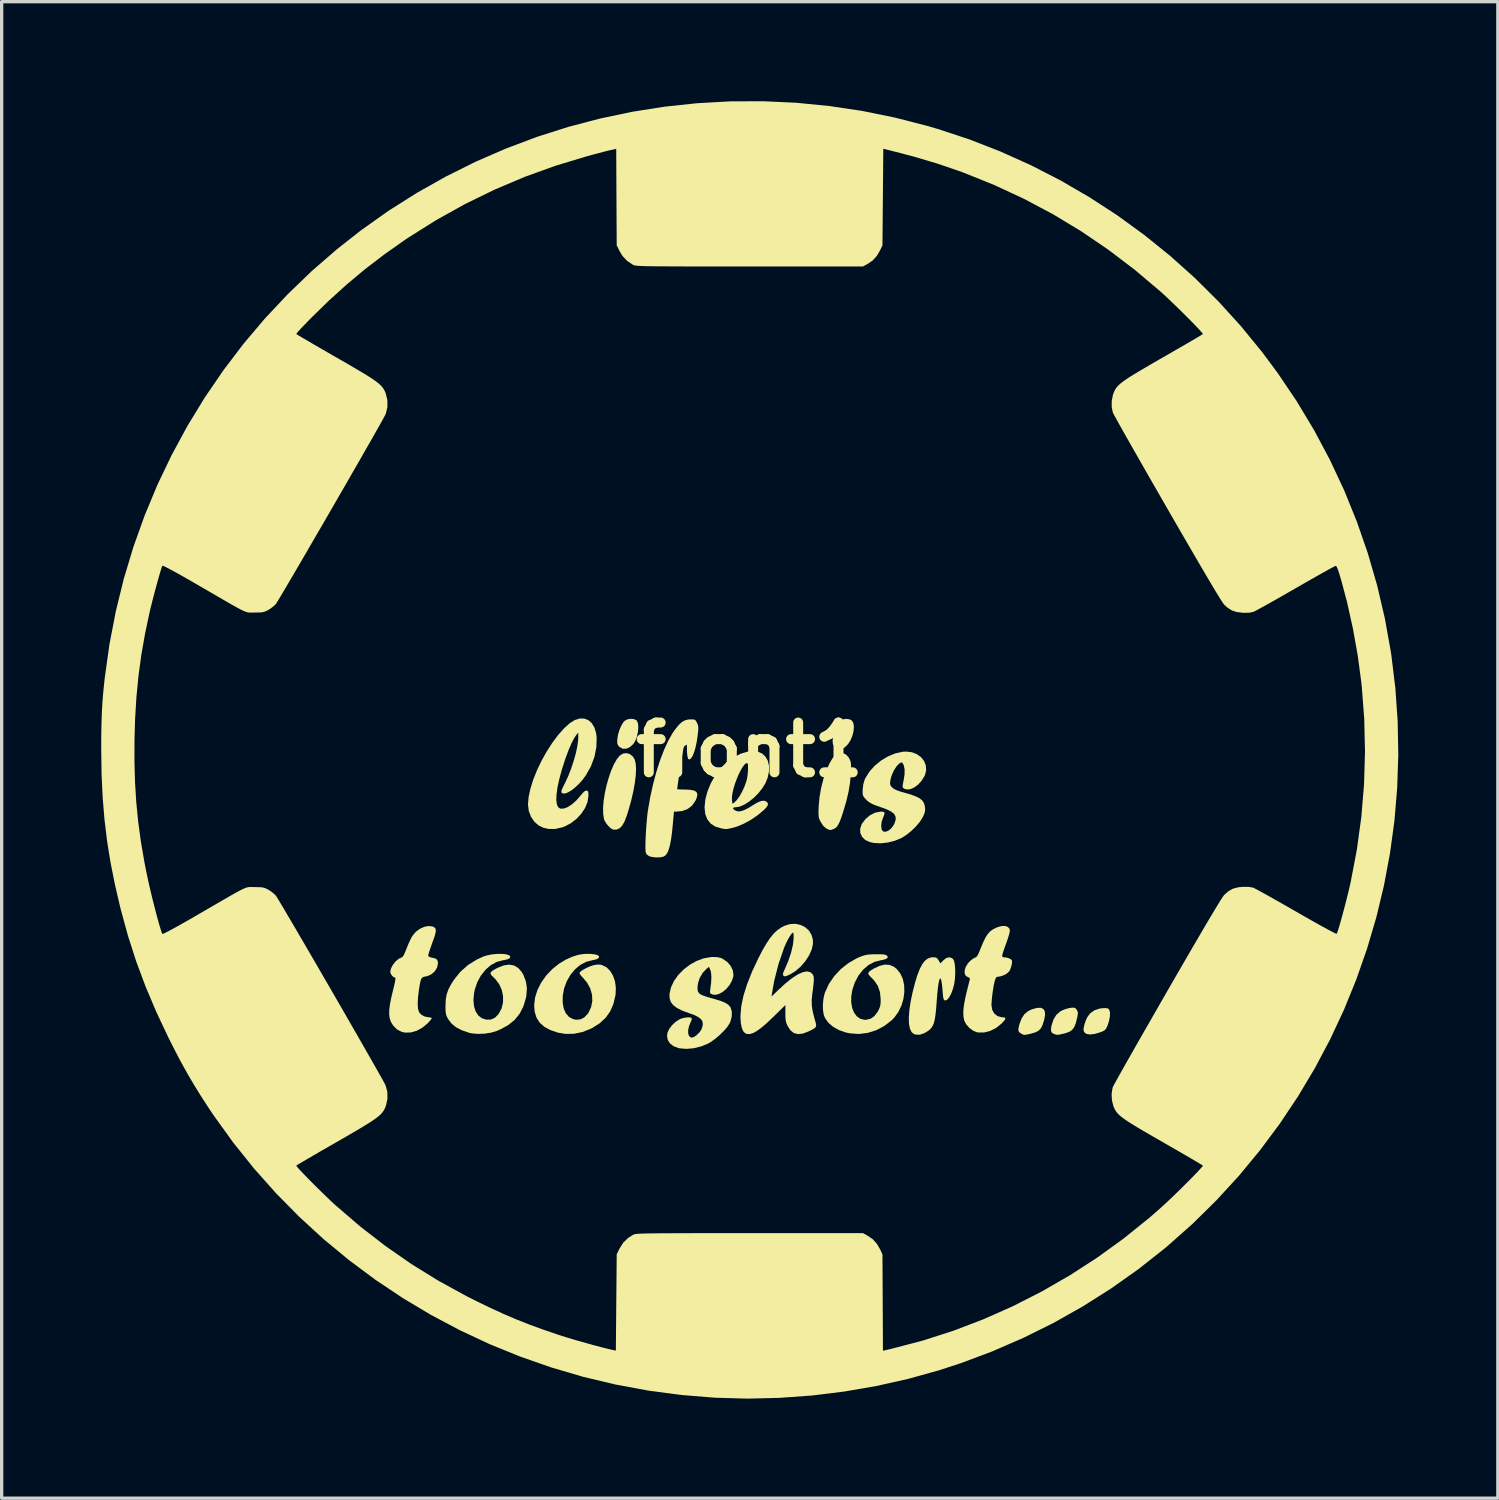
<source format=kicad_pcb>
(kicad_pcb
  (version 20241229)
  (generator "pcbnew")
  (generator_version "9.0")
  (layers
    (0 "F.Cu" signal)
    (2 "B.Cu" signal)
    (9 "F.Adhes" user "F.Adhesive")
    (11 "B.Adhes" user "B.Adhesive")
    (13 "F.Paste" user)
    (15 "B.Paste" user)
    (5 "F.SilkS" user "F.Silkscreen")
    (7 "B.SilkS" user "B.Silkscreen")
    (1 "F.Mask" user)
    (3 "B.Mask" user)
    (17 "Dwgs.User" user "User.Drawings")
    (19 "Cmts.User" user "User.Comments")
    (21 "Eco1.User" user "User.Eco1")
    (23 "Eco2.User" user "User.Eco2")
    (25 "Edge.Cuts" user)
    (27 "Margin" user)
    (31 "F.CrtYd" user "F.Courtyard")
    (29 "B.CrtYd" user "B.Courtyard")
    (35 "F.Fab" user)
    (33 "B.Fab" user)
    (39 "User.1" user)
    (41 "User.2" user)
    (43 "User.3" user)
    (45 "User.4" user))
  (footprint "front1"
    (layer "F.Cu")
    (at 19.533 19.54)
    (property "Reference" "front1" (at 0 0 0) (layer "F.SilkS") (effects (font (size 1.5 1.5) (thickness 0.3))))
    (attr board_only exclude_from_pos_files exclude_from_bom)
    (fp_poly (pts (xy 0.472 -11.909) (xy 0.64 -11.867) (xy 0.825 -11.809) (xy 1.018 -11.737) (xy 1.209 -11.655) (xy 1.368 -11.575) (xy 1.52 -11.481) (xy 1.625 -11.384) (xy 1.69 -11.275) (xy 1.721 -11.148) (xy 1.723 -11.122) (xy 1.713 -10.958) (xy 1.66 -10.819) (xy 1.572 -10.71) (xy 1.456 -10.633) (xy 1.318 -10.594) (xy 1.165 -10.595) (xy 1.004 -10.643) (xy 0.957 -10.665) (xy 0.74 -10.767) (xy 0.484 -10.864) (xy 0.266 -10.933) (xy 0.116 -10.983) (xy 0.008 -11.037) (xy -0.069 -11.102) (xy -0.127 -11.186) (xy -0.134 -11.198) (xy -0.183 -11.347) (xy -0.185 -11.496) (xy -0.146 -11.637) (xy -0.07 -11.761) (xy 0.04 -11.858) (xy 0.177 -11.919) (xy 0.226 -11.93) (xy 0.331 -11.931)) (stroke (width 0) (type solid)) (fill yes) (layer "F.Mask"))
    (fp_poly (pts (xy -2.154 -10.776) (xy -2.019 -10.713) (xy -1.902 -10.607) (xy -1.851 -10.534) (xy -1.81 -10.419) (xy -1.799 -10.285) (xy -1.819 -10.155) (xy -1.852 -10.079) (xy -1.888 -10.025) (xy -1.95 -9.938) (xy -2.031 -9.828) (xy -2.125 -9.703) (xy -2.225 -9.573) (xy -2.323 -9.446) (xy -2.413 -9.331) (xy -2.489 -9.237) (xy -2.542 -9.174) (xy -2.549 -9.166) (xy -2.666 -9.077) (xy -2.806 -9.027) (xy -2.957 -9.018) (xy -3.104 -9.052) (xy -3.145 -9.071) (xy -3.257 -9.158) (xy -3.34 -9.277) (xy -3.389 -9.415) (xy -3.4 -9.558) (xy -3.371 -9.683) (xy -3.342 -9.734) (xy -3.285 -9.819) (xy -3.206 -9.932) (xy -3.109 -10.066) (xy -2.999 -10.213) (xy -2.882 -10.366) (xy -2.763 -10.518) (xy -2.704 -10.592) (xy -2.584 -10.704) (xy -2.446 -10.772) (xy -2.3 -10.796)) (stroke (width 0) (type solid)) (fill yes) (layer "F.Mask"))
    (fp_poly (pts (xy -4.339 -7.439) (xy -4.209 -7.358) (xy -4.158 -7.307) (xy -4.067 -7.169) (xy -4.025 -7.023) (xy -4.027 -6.909) (xy -4.049 -6.842) (xy -4.095 -6.741) (xy -4.161 -6.615) (xy -4.242 -6.471) (xy -4.331 -6.318) (xy -4.425 -6.166) (xy -4.518 -6.021) (xy -4.604 -5.893) (xy -4.679 -5.791) (xy -4.738 -5.722) (xy -4.762 -5.701) (xy -4.873 -5.651) (xy -5.003 -5.625) (xy -5.128 -5.627) (xy -5.2 -5.646) (xy -5.35 -5.731) (xy -5.455 -5.844) (xy -5.515 -5.982) (xy -5.528 -6.145) (xy -5.527 -6.155) (xy -5.519 -6.21) (xy -5.504 -6.268) (xy -5.476 -6.336) (xy -5.433 -6.423) (xy -5.37 -6.535) (xy -5.285 -6.682) (xy -5.244 -6.752) (xy -5.154 -6.899) (xy -5.069 -7.037) (xy -4.992 -7.156) (xy -4.93 -7.248) (xy -4.888 -7.303) (xy -4.887 -7.305) (xy -4.765 -7.408) (xy -4.627 -7.464) (xy -4.481 -7.475)) (stroke (width 0) (type solid)) (fill yes) (layer "F.Mask"))
    (fp_poly (pts (xy 3.228 -9.262) (xy 3.35 -9.212) (xy 3.452 -9.142) (xy 3.475 -9.12) (xy 3.504 -9.078) (xy 3.555 -8.997) (xy 3.621 -8.886) (xy 3.699 -8.752) (xy 3.782 -8.603) (xy 3.804 -8.564) (xy 3.908 -8.374) (xy 3.987 -8.222) (xy 4.042 -8.1) (xy 4.076 -8.002) (xy 4.092 -7.921) (xy 4.091 -7.849) (xy 4.075 -7.778) (xy 4.058 -7.727) (xy 3.98 -7.591) (xy 3.868 -7.487) (xy 3.732 -7.422) (xy 3.582 -7.401) (xy 3.449 -7.421) (xy 3.386 -7.445) (xy 3.328 -7.48) (xy 3.27 -7.532) (xy 3.209 -7.606) (xy 3.14 -7.709) (xy 3.057 -7.846) (xy 2.957 -8.023) (xy 2.921 -8.089) (xy 2.836 -8.245) (xy 2.76 -8.391) (xy 2.697 -8.519) (xy 2.65 -8.62) (xy 2.623 -8.686) (xy 2.62 -8.7) (xy 2.618 -8.844) (xy 2.662 -8.982) (xy 2.743 -9.104) (xy 2.854 -9.201) (xy 2.986 -9.263) (xy 3.112 -9.281)) (stroke (width 0) (type solid)) (fill yes) (layer "F.Mask"))
    (fp_poly (pts (xy 8.481 -3.424) (xy 8.501 -3.421) (xy 8.606 -3.401) (xy 8.748 -3.379) (xy 8.908 -3.354) (xy 9.071 -3.332) (xy 9.106 -3.327) (xy 9.263 -3.306) (xy 9.376 -3.287) (xy 9.457 -3.27) (xy 9.514 -3.251) (xy 9.559 -3.226) (xy 9.596 -3.199) (xy 9.705 -3.08) (xy 9.77 -2.94) (xy 9.789 -2.79) (xy 9.761 -2.639) (xy 9.686 -2.499) (xy 9.658 -2.464) (xy 9.552 -2.38) (xy 9.41 -2.332) (xy 9.23 -2.318) (xy 9.224 -2.318) (xy 9.115 -2.321) (xy 9.016 -2.327) (xy 8.95 -2.332) (xy 8.782 -2.356) (xy 8.611 -2.384) (xy 8.446 -2.414) (xy 8.3 -2.444) (xy 8.183 -2.472) (xy 8.105 -2.495) (xy 8.096 -2.499) (xy 7.969 -2.581) (xy 7.878 -2.694) (xy 7.824 -2.827) (xy 7.81 -2.97) (xy 7.836 -3.112) (xy 7.906 -3.244) (xy 7.952 -3.297) (xy 8.059 -3.383) (xy 8.175 -3.431) (xy 8.312 -3.444)) (stroke (width 0) (type solid)) (fill yes) (layer "F.Mask"))
    (fp_poly (pts (xy 5.301 -5.848) (xy 5.366 -5.833) (xy 5.43 -5.802) (xy 5.499 -5.75) (xy 5.577 -5.673) (xy 5.671 -5.568) (xy 5.787 -5.429) (xy 5.929 -5.252) (xy 5.936 -5.242) (xy 6.057 -5.091) (xy 6.148 -4.975) (xy 6.215 -4.887) (xy 6.261 -4.821) (xy 6.29 -4.771) (xy 6.308 -4.729) (xy 6.317 -4.688) (xy 6.323 -4.644) (xy 6.323 -4.643) (xy 6.317 -4.492) (xy 6.269 -4.355) (xy 6.187 -4.238) (xy 6.079 -4.148) (xy 5.952 -4.092) (xy 5.815 -4.076) (xy 5.678 -4.105) (xy 5.601 -4.139) (xy 5.54 -4.17) (xy 5.501 -4.203) (xy 5.437 -4.272) (xy 5.354 -4.367) (xy 5.258 -4.482) (xy 5.156 -4.608) (xy 5.053 -4.738) (xy 4.956 -4.863) (xy 4.872 -4.976) (xy 4.806 -5.069) (xy 4.764 -5.134) (xy 4.758 -5.146) (xy 4.714 -5.296) (xy 4.717 -5.444) (xy 4.76 -5.581) (xy 4.841 -5.698) (xy 4.953 -5.787) (xy 5.092 -5.838) (xy 5.145 -5.846) (xy 5.229 -5.851)) (stroke (width 0) (type solid)) (fill yes) (layer "F.Mask"))
    (fp_poly (pts (xy -8.892 -6.839) (xy -8.702 -6.776) (xy -8.541 -6.672) (xy -8.41 -6.531) (xy -8.312 -6.359) (xy -8.25 -6.161) (xy -8.225 -5.942) (xy -8.239 -5.705) (xy -8.295 -5.457) (xy -8.297 -5.45) (xy -8.376 -5.258) (xy -8.493 -5.06) (xy -8.635 -4.872) (xy -8.792 -4.709) (xy -8.912 -4.613) (xy -8.969 -4.568) (xy -8.998 -4.533) (xy -8.997 -4.521) (xy -8.963 -4.502) (xy -8.896 -4.471) (xy -8.83 -4.443) (xy -8.593 -4.321) (xy -8.364 -4.162) (xy -8.16 -3.977) (xy -8.039 -3.837) (xy -7.988 -3.782) (xy -7.943 -3.752) (xy -7.933 -3.75) (xy -7.883 -3.764) (xy -7.799 -3.801) (xy -7.692 -3.856) (xy -7.573 -3.922) (xy -7.453 -3.995) (xy -7.342 -4.067) (xy -7.301 -4.096) (xy -7.147 -4.196) (xy -7.015 -4.255) (xy -6.894 -4.273) (xy -6.775 -4.253) (xy -6.647 -4.196) (xy -6.636 -4.189) (xy -6.525 -4.097) (xy -6.449 -3.973) (xy -6.412 -3.831) (xy -6.416 -3.681) (xy -6.464 -3.536) (xy -6.524 -3.454) (xy -6.625 -3.358) (xy -6.759 -3.253) (xy -6.916 -3.145) (xy -7.089 -3.04) (xy -7.268 -2.943) (xy -7.446 -2.861) (xy -7.483 -2.846) (xy -7.579 -2.809) (xy -7.657 -2.781) (xy -7.704 -2.767) (xy -7.709 -2.766) (xy -7.729 -2.742) (xy -7.751 -2.681) (xy -7.767 -2.619) (xy -7.83 -2.414) (xy -7.935 -2.2) (xy -8.073 -1.991) (xy -8.236 -1.798) (xy -8.338 -1.699) (xy -8.587 -1.512) (xy -8.871 -1.356) (xy -9.181 -1.235) (xy -9.508 -1.15) (xy -9.843 -1.105) (xy -10.175 -1.101) (xy -10.414 -1.127) (xy -10.743 -1.202) (xy -11.044 -1.312) (xy -11.315 -1.455) (xy -11.552 -1.628) (xy -11.753 -1.826) (xy -11.914 -2.049) (xy -12.032 -2.292) (xy -12.105 -2.552) (xy -12.128 -2.814) (xy -12.102 -3.085) (xy -12.026 -3.349) (xy -11.903 -3.601) (xy -11.735 -3.835) (xy -11.527 -4.046) (xy -11.483 -4.082) (xy -11.42 -4.139) (xy -11.382 -4.183) (xy -11.376 -4.203) (xy -11.41 -4.221) (xy -11.478 -4.252) (xy -11.556 -4.283) (xy -11.759 -4.375) (xy -11.944 -4.487) (xy -12.128 -4.63) (xy -12.247 -4.738) (xy -12.36 -4.849) (xy -12.443 -4.944) (xy -12.508 -5.036) (xy -12.567 -5.143) (xy -12.581 -5.17) (xy -12.668 -5.378) (xy -12.719 -5.573) (xy -12.732 -5.745) (xy -12.732 -5.746) (xy -12.234 -5.746) (xy -12.23 -5.621) (xy -12.189 -5.481) (xy -12.111 -5.334) (xy -11.997 -5.183) (xy -11.89 -5.072) (xy -11.722 -4.932) (xy -11.537 -4.818) (xy -11.324 -4.725) (xy -11.072 -4.645) (xy -11.011 -4.63) (xy -10.891 -4.6) (xy -10.792 -4.575) (xy -10.723 -4.557) (xy -10.696 -4.55) (xy -10.695 -4.572) (xy -10.701 -4.63) (xy -10.706 -4.661) (xy -10.746 -4.854) (xy -10.8 -5.049) (xy -10.815 -5.089) (xy -9.912 -5.089) (xy -9.91 -4.961) (xy -9.902 -4.842) (xy -9.889 -4.744) (xy -9.87 -4.678) (xy -9.848 -4.654) (xy -9.808 -4.666) (xy -9.735 -4.698) (xy -9.64 -4.743) (xy -9.595 -4.766) (xy -9.354 -4.904) (xy -9.16 -5.045) (xy -9.003 -5.196) (xy -8.879 -5.364) (xy -8.814 -5.479) (xy -8.762 -5.618) (xy -8.731 -5.777) (xy -8.723 -5.938) (xy -8.738 -6.084) (xy -8.765 -6.174) (xy -8.836 -6.276) (xy -8.932 -6.337) (xy -9.048 -6.356) (xy -9.177 -6.333) (xy -9.314 -6.27) (xy -9.454 -6.168) (xy -9.53 -6.093) (xy -9.642 -5.949) (xy -9.744 -5.771) (xy -9.828 -5.578) (xy -9.884 -5.39) (xy -9.895 -5.333) (xy -9.908 -5.217) (xy -9.912 -5.089) (xy -10.815 -5.089) (xy -10.863 -5.224) (xy -10.909 -5.328) (xy -11.021 -5.507) (xy -11.161 -5.666) (xy -11.322 -5.8) (xy -11.495 -5.904) (xy -11.672 -5.973) (xy -11.846 -6.003) (xy -12.008 -5.988) (xy -12.017 -5.986) (xy -12.128 -5.934) (xy -12.201 -5.852) (xy -12.234 -5.746) (xy -12.732 -5.746) (xy -12.726 -5.808) (xy -12.67 -6.007) (xy -12.574 -6.173) (xy -12.445 -6.307) (xy -12.285 -6.405) (xy -12.1 -6.466) (xy -11.894 -6.488) (xy -11.672 -6.471) (xy -11.438 -6.412) (xy -11.24 -6.331) (xy -11.031 -6.205) (xy -10.831 -6.037) (xy -10.652 -5.84) (xy -10.506 -5.623) (xy -10.463 -5.541) (xy -10.391 -5.395) (xy -10.344 -5.577) (xy -10.258 -5.837) (xy -10.142 -6.077) (xy -10 -6.293) (xy -9.837 -6.479) (xy -9.658 -6.632) (xy -9.467 -6.748) (xy -9.269 -6.824) (xy -9.069 -6.854)) (stroke (width 0) (type solid)) (fill yes) (layer "F.Mask"))
    (fp_poly (pts (xy -3.485 -0.925) (xy -3.412 -0.892) (xy -3.393 -0.872) (xy -3.361 -0.788) (xy -3.352 -0.672) (xy -3.364 -0.538) (xy -3.394 -0.402) (xy -3.44 -0.277) (xy -3.5 -0.178) (xy -3.505 -0.172) (xy -3.607 -0.08) (xy -3.713 -0.033) (xy -3.817 -0.032) (xy -3.91 -0.079) (xy -3.927 -0.095) (xy -3.965 -0.139) (xy -3.984 -0.184) (xy -3.988 -0.249) (xy -3.984 -0.328) (xy -3.964 -0.457) (xy -3.923 -0.594) (xy -3.868 -0.722) (xy -3.806 -0.825) (xy -3.756 -0.879) (xy -3.675 -0.919) (xy -3.579 -0.934)) (stroke (width 0) (type solid)) (fill yes) (layer "F.SilkS"))
    (fp_poly (pts (xy 8.85 7.806) (xy 8.894 7.879) (xy 8.902 7.991) (xy 8.874 8.142) (xy 8.826 8.291) (xy 8.778 8.388) (xy 8.712 8.458) (xy 8.616 8.51) (xy 8.481 8.551) (xy 8.437 8.561) (xy 8.346 8.58) (xy 8.292 8.588) (xy 8.255 8.584) (xy 8.219 8.57) (xy 8.194 8.557) (xy 8.134 8.518) (xy 8.102 8.472) (xy 8.098 8.407) (xy 8.118 8.31) (xy 8.136 8.249) (xy 8.201 8.083) (xy 8.285 7.959) (xy 8.395 7.87) (xy 8.5 7.821) (xy 8.653 7.777) (xy 8.769 7.772)) (stroke (width 0) (type solid)) (fill yes) (layer "F.SilkS"))
    (fp_poly (pts (xy 3.017 -0.917) (xy 3.085 -0.878) (xy 3.128 -0.8) (xy 3.143 -0.691) (xy 3.132 -0.562) (xy 3.098 -0.426) (xy 3.044 -0.294) (xy 2.97 -0.178) (xy 2.938 -0.141) (xy 2.868 -0.074) (xy 2.812 -0.04) (xy 2.751 -0.027) (xy 2.719 -0.027) (xy 2.636 -0.035) (xy 2.579 -0.069) (xy 2.552 -0.1) (xy 2.521 -0.147) (xy 2.505 -0.2) (xy 2.503 -0.275) (xy 2.507 -0.351) (xy 2.532 -0.503) (xy 2.58 -0.651) (xy 2.646 -0.778) (xy 2.723 -0.87) (xy 2.731 -0.877) (xy 2.817 -0.919) (xy 2.92 -0.932)) (stroke (width 0) (type solid)) (fill yes) (layer "F.SilkS"))
    (fp_poly (pts (xy 10.75 7.783) (xy 10.8 7.794) (xy 10.829 7.822) (xy 10.844 7.849) (xy 10.86 7.929) (xy 10.854 8.042) (xy 10.828 8.175) (xy 10.783 8.311) (xy 10.772 8.337) (xy 10.736 8.408) (xy 10.691 8.454) (xy 10.619 8.49) (xy 10.581 8.505) (xy 10.408 8.558) (xy 10.264 8.576) (xy 10.155 8.561) (xy 10.153 8.56) (xy 10.094 8.52) (xy 10.065 8.472) (xy 10.063 8.391) (xy 10.087 8.278) (xy 10.132 8.148) (xy 10.176 8.053) (xy 10.265 7.934) (xy 10.392 7.847) (xy 10.547 7.795) (xy 10.664 7.782)) (stroke (width 0) (type solid)) (fill yes) (layer "F.SilkS"))
    (fp_poly (pts (xy 9.808 7.779) (xy 9.842 7.812) (xy 9.856 7.832) (xy 9.882 7.879) (xy 9.891 7.926) (xy 9.884 7.993) (xy 9.87 8.066) (xy 9.83 8.23) (xy 9.783 8.35) (xy 9.721 8.435) (xy 9.635 8.495) (xy 9.517 8.538) (xy 9.421 8.561) (xy 9.333 8.579) (xy 9.279 8.586) (xy 9.239 8.583) (xy 9.194 8.569) (xy 9.17 8.56) (xy 9.11 8.525) (xy 9.082 8.467) (xy 9.084 8.379) (xy 9.097 8.309) (xy 9.156 8.125) (xy 9.242 7.984) (xy 9.358 7.883) (xy 9.408 7.855) (xy 9.513 7.813) (xy 9.624 7.782) (xy 9.681 7.772) (xy 9.761 7.768)) (stroke (width 0) (type solid)) (fill yes) (layer "F.SilkS"))
    (fp_poly (pts (xy -3.607 0.129) (xy -3.518 0.2) (xy -3.463 0.288) (xy -3.432 0.408) (xy -3.42 0.571) (xy -3.429 0.77) (xy -3.457 0.999) (xy -3.503 1.254) (xy -3.566 1.526) (xy -3.646 1.811) (xy -3.7 1.983) (xy -3.767 2.159) (xy -3.838 2.284) (xy -3.915 2.364) (xy -4.003 2.403) (xy -4.105 2.403) (xy -4.114 2.401) (xy -4.177 2.369) (xy -4.249 2.303) (xy -4.318 2.218) (xy -4.37 2.129) (xy -4.387 2.083) (xy -4.411 1.929) (xy -4.414 1.741) (xy -4.396 1.528) (xy -4.36 1.3) (xy -4.309 1.068) (xy -4.244 0.84) (xy -4.17 0.626) (xy -4.087 0.437) (xy -3.999 0.282) (xy -3.911 0.174) (xy -3.814 0.113) (xy -3.709 0.099)) (stroke (width 0) (type solid)) (fill yes) (layer "F.SilkS"))
    (fp_poly (pts (xy 2.899 0.138) (xy 2.983 0.227) (xy 3.007 0.27) (xy 3.032 0.322) (xy 3.047 0.372) (xy 3.056 0.433) (xy 3.057 0.515) (xy 3.054 0.632) (xy 3.05 0.717) (xy 3.027 0.988) (xy 2.981 1.266) (xy 2.911 1.563) (xy 2.818 1.875) (xy 2.761 2.047) (xy 2.712 2.174) (xy 2.667 2.265) (xy 2.622 2.326) (xy 2.572 2.366) (xy 2.539 2.382) (xy 2.468 2.41) (xy 2.42 2.416) (xy 2.37 2.4) (xy 2.314 2.371) (xy 2.222 2.294) (xy 2.145 2.178) (xy 2.114 2.116) (xy 2.093 2.064) (xy 2.081 2.009) (xy 2.076 1.938) (xy 2.077 1.839) (xy 2.082 1.702) (xy 2.106 1.434) (xy 2.153 1.159) (xy 2.221 0.889) (xy 2.306 0.637) (xy 2.405 0.415) (xy 2.499 0.254) (xy 2.592 0.153) (xy 2.695 0.1) (xy 2.8 0.095)) (stroke (width 0) (type solid)) (fill yes) (layer "F.SilkS"))
    (fp_poly (pts (xy 6.099 6.276) (xy 6.133 6.306) (xy 6.163 6.368) (xy 6.183 6.47) (xy 6.194 6.6) (xy 6.196 6.746) (xy 6.187 6.896) (xy 6.168 7.038) (xy 6.159 7.082) (xy 6.118 7.229) (xy 6.067 7.359) (xy 6.01 7.461) (xy 5.954 7.528) (xy 5.912 7.549) (xy 5.881 7.549) (xy 5.859 7.535) (xy 5.842 7.498) (xy 5.83 7.43) (xy 5.819 7.322) (xy 5.811 7.221) (xy 5.795 7.06) (xy 5.777 6.952) (xy 5.758 6.895) (xy 5.738 6.888) (xy 5.717 6.93) (xy 5.696 7.021) (xy 5.676 7.16) (xy 5.656 7.345) (xy 5.638 7.567) (xy 5.621 7.799) (xy 5.601 7.985) (xy 5.578 8.131) (xy 5.548 8.245) (xy 5.508 8.333) (xy 5.456 8.403) (xy 5.389 8.461) (xy 5.305 8.514) (xy 5.261 8.538) (xy 5.127 8.584) (xy 4.997 8.578) (xy 4.955 8.564) (xy 4.882 8.506) (xy 4.831 8.403) (xy 4.803 8.256) (xy 4.797 8.069) (xy 4.814 7.844) (xy 4.853 7.584) (xy 4.909 7.314) (xy 4.982 7.028) (xy 5.053 6.792) (xy 5.127 6.603) (xy 5.203 6.458) (xy 5.284 6.353) (xy 5.372 6.287) (xy 5.468 6.254) (xy 5.522 6.25) (xy 5.599 6.255) (xy 5.647 6.277) (xy 5.686 6.328) (xy 5.695 6.343) (xy 5.75 6.435) (xy 5.837 6.343) (xy 5.928 6.272) (xy 6.017 6.25)) (stroke (width 0) (type solid)) (fill yes) (layer "F.SilkS"))
    (fp_poly (pts (xy -4.664 6.162) (xy -4.576 6.188) (xy -4.536 6.223) (xy -4.545 6.267) (xy -4.557 6.282) (xy -4.606 6.308) (xy -4.685 6.33) (xy -4.735 6.339) (xy -4.924 6.387) (xy -5.101 6.481) (xy -5.26 6.614) (xy -5.397 6.78) (xy -5.507 6.971) (xy -5.586 7.182) (xy -5.628 7.405) (xy -5.632 7.61) (xy -5.6 7.793) (xy -5.536 7.939) (xy -5.44 8.048) (xy -5.315 8.114) (xy -5.231 8.132) (xy -5.098 8.122) (xy -4.98 8.063) (xy -4.876 7.953) (xy -4.858 7.928) (xy -4.775 7.755) (xy -4.738 7.569) (xy -4.747 7.377) (xy -4.801 7.188) (xy -4.898 7.011) (xy -5.008 6.881) (xy -5.078 6.805) (xy -5.118 6.746) (xy -5.124 6.716) (xy -5.088 6.676) (xy -5.015 6.626) (xy -4.92 6.574) (xy -4.815 6.527) (xy -4.715 6.493) (xy -4.688 6.486) (xy -4.579 6.469) (xy -4.49 6.474) (xy -4.443 6.486) (xy -4.311 6.552) (xy -4.2 6.661) (xy -4.114 6.805) (xy -4.055 6.975) (xy -4.029 7.166) (xy -4.037 7.368) (xy -4.041 7.395) (xy -4.102 7.656) (xy -4.2 7.882) (xy -4.338 8.075) (xy -4.519 8.241) (xy -4.747 8.384) (xy -4.781 8.401) (xy -5.033 8.502) (xy -5.293 8.555) (xy -5.55 8.559) (xy -5.772 8.521) (xy -6.003 8.443) (xy -6.186 8.343) (xy -6.324 8.22) (xy -6.42 8.07) (xy -6.474 7.892) (xy -6.49 7.7) (xy -6.464 7.47) (xy -6.392 7.238) (xy -6.277 7.011) (xy -6.125 6.797) (xy -5.941 6.603) (xy -5.73 6.436) (xy -5.538 6.322) (xy -5.336 6.232) (xy -5.154 6.175) (xy -4.976 6.149) (xy -4.797 6.148)) (stroke (width 0) (type solid)) (fill yes) (layer "F.SilkS"))
    (fp_poly (pts (xy -7.38 6.154) (xy -7.285 6.174) (xy -7.225 6.204) (xy -7.208 6.238) (xy -7.23 6.281) (xy -7.299 6.314) (xy -7.418 6.338) (xy -7.426 6.339) (xy -7.617 6.39) (xy -7.795 6.487) (xy -7.955 6.625) (xy -8.093 6.798) (xy -8.203 6.999) (xy -8.279 7.223) (xy -8.301 7.331) (xy -8.319 7.542) (xy -8.302 7.728) (xy -8.252 7.884) (xy -8.171 8.006) (xy -8.061 8.09) (xy -7.924 8.131) (xy -7.92 8.131) (xy -7.787 8.125) (xy -7.671 8.071) (xy -7.568 7.968) (xy -7.557 7.953) (xy -7.471 7.79) (xy -7.428 7.61) (xy -7.427 7.42) (xy -7.467 7.233) (xy -7.546 7.057) (xy -7.663 6.903) (xy -7.707 6.861) (xy -7.774 6.797) (xy -7.805 6.747) (xy -7.797 6.702) (xy -7.747 6.656) (xy -7.653 6.601) (xy -7.595 6.57) (xy -7.412 6.496) (xy -7.246 6.472) (xy -7.099 6.497) (xy -6.971 6.572) (xy -6.863 6.696) (xy -6.811 6.788) (xy -6.737 6.985) (xy -6.709 7.187) (xy -6.725 7.405) (xy -6.74 7.482) (xy -6.816 7.733) (xy -6.926 7.948) (xy -7.073 8.131) (xy -7.262 8.286) (xy -7.495 8.417) (xy -7.62 8.471) (xy -7.792 8.522) (xy -7.988 8.552) (xy -8.188 8.559) (xy -8.372 8.542) (xy -8.45 8.525) (xy -8.673 8.448) (xy -8.85 8.355) (xy -8.986 8.241) (xy -9.086 8.105) (xy -9.087 8.103) (xy -9.122 8.035) (xy -9.144 7.974) (xy -9.156 7.906) (xy -9.161 7.814) (xy -9.161 7.7) (xy -9.153 7.524) (xy -9.127 7.373) (xy -9.079 7.231) (xy -9.003 7.081) (xy -8.906 6.928) (xy -8.714 6.688) (xy -8.483 6.484) (xy -8.213 6.316) (xy -8.026 6.23) (xy -7.906 6.192) (xy -7.772 6.165) (xy -7.633 6.15) (xy -7.499 6.147)) (stroke (width 0) (type solid)) (fill yes) (layer "F.SilkS"))
    (fp_poly (pts (xy 3.944 6.16) (xy 4.035 6.165) (xy 4.094 6.176) (xy 4.129 6.194) (xy 4.137 6.2) (xy 4.165 6.238) (xy 4.152 6.269) (xy 4.14 6.282) (xy 4.091 6.308) (xy 4.012 6.33) (xy 3.96 6.339) (xy 3.764 6.388) (xy 3.582 6.485) (xy 3.42 6.624) (xy 3.281 6.801) (xy 3.17 7.011) (xy 3.099 7.22) (xy 3.064 7.421) (xy 3.062 7.607) (xy 3.09 7.774) (xy 3.146 7.916) (xy 3.228 8.027) (xy 3.332 8.101) (xy 3.456 8.134) (xy 3.526 8.132) (xy 3.652 8.099) (xy 3.756 8.026) (xy 3.848 7.908) (xy 3.871 7.868) (xy 3.912 7.786) (xy 3.936 7.714) (xy 3.947 7.63) (xy 3.95 7.514) (xy 3.928 7.298) (xy 3.862 7.109) (xy 3.749 6.944) (xy 3.677 6.87) (xy 3.606 6.799) (xy 3.576 6.746) (xy 3.588 6.699) (xy 3.645 6.65) (xy 3.738 6.593) (xy 3.917 6.509) (xy 4.074 6.471) (xy 4.215 6.479) (xy 4.343 6.533) (xy 4.43 6.6) (xy 4.541 6.738) (xy 4.617 6.905) (xy 4.657 7.094) (xy 4.663 7.297) (xy 4.635 7.504) (xy 4.574 7.708) (xy 4.481 7.9) (xy 4.357 8.071) (xy 4.283 8.147) (xy 4.06 8.319) (xy 3.817 8.447) (xy 3.56 8.528) (xy 3.295 8.561) (xy 3.028 8.543) (xy 2.899 8.516) (xy 2.691 8.443) (xy 2.514 8.343) (xy 2.373 8.222) (xy 2.274 8.083) (xy 2.235 7.985) (xy 2.211 7.835) (xy 2.209 7.66) (xy 2.228 7.482) (xy 2.267 7.321) (xy 2.27 7.314) (xy 2.387 7.059) (xy 2.549 6.821) (xy 2.749 6.606) (xy 2.981 6.423) (xy 3.236 6.277) (xy 3.342 6.232) (xy 3.437 6.198) (xy 3.523 6.177) (xy 3.618 6.165) (xy 3.741 6.16) (xy 3.809 6.159)) (stroke (width 0) (type solid)) (fill yes) (layer "F.SilkS"))
    (fp_poly (pts (xy -4.978 -0.941) (xy -4.856 -0.893) (xy -4.752 -0.801) (xy -4.673 -0.668) (xy -4.622 -0.497) (xy -4.607 -0.369) (xy -4.616 -0.079) (xy -4.674 0.213) (xy -4.781 0.499) (xy -4.934 0.771) (xy -4.935 0.773) (xy -5.036 0.909) (xy -5.148 1.033) (xy -5.264 1.141) (xy -5.377 1.228) (xy -5.482 1.289) (xy -5.57 1.318) (xy -5.637 1.312) (xy -5.654 1.299) (xy -5.668 1.277) (xy -5.669 1.245) (xy -5.653 1.193) (xy -5.617 1.113) (xy -5.559 0.998) (xy -5.465 0.795) (xy -5.378 0.572) (xy -5.301 0.34) (xy -5.237 0.113) (xy -5.191 -0.099) (xy -5.165 -0.283) (xy -5.161 -0.372) (xy -5.162 -0.519) (xy -5.217 -0.452) (xy -5.287 -0.348) (xy -5.365 -0.198) (xy -5.448 -0.005) (xy -5.534 0.223) (xy -5.569 0.325) (xy -5.663 0.623) (xy -5.736 0.893) (xy -5.787 1.132) (xy -5.816 1.338) (xy -5.823 1.508) (xy -5.807 1.638) (xy -5.769 1.727) (xy -5.707 1.771) (xy -5.704 1.771) (xy -5.601 1.771) (xy -5.482 1.727) (xy -5.352 1.643) (xy -5.218 1.524) (xy -5.097 1.385) (xy -5.022 1.296) (xy -4.967 1.246) (xy -4.924 1.228) (xy -4.911 1.229) (xy -4.879 1.239) (xy -4.862 1.265) (xy -4.856 1.322) (xy -4.856 1.397) (xy -4.884 1.575) (xy -4.957 1.754) (xy -5.069 1.924) (xy -5.213 2.079) (xy -5.382 2.21) (xy -5.569 2.309) (xy -5.657 2.34) (xy -5.863 2.385) (xy -6.056 2.383) (xy -6.207 2.35) (xy -6.359 2.277) (xy -6.488 2.162) (xy -6.587 2.014) (xy -6.652 1.842) (xy -6.676 1.654) (xy -6.676 1.647) (xy -6.657 1.419) (xy -6.602 1.166) (xy -6.516 0.894) (xy -6.403 0.612) (xy -6.267 0.328) (xy -6.113 0.052) (xy -5.945 -0.209) (xy -5.768 -0.446) (xy -5.586 -0.65) (xy -5.417 -0.802) (xy -5.264 -0.898) (xy -5.116 -0.944)) (stroke (width 0) (type solid)) (fill yes) (layer "F.SilkS"))
    (fp_poly (pts (xy -9.555 5.322) (xy -9.499 5.347) (xy -9.465 5.383) (xy -9.453 5.437) (xy -9.462 5.518) (xy -9.494 5.631) (xy -9.548 5.784) (xy -9.558 5.812) (xy -9.604 5.94) (xy -9.642 6.052) (xy -9.669 6.139) (xy -9.681 6.189) (xy -9.681 6.193) (xy -9.668 6.229) (xy -9.619 6.251) (xy -9.57 6.261) (xy -9.471 6.285) (xy -9.415 6.322) (xy -9.392 6.383) (xy -9.389 6.436) (xy -9.414 6.559) (xy -9.481 6.67) (xy -9.582 6.76) (xy -9.705 6.817) (xy -9.759 6.828) (xy -9.816 6.839) (xy -9.857 6.859) (xy -9.888 6.897) (xy -9.912 6.961) (xy -9.934 7.06) (xy -9.957 7.202) (xy -9.962 7.233) (xy -9.99 7.464) (xy -9.999 7.655) (xy -9.989 7.802) (xy -9.959 7.902) (xy -9.959 7.903) (xy -9.892 7.979) (xy -9.792 8.034) (xy -9.674 8.058) (xy -9.656 8.059) (xy -9.599 8.067) (xy -9.575 8.086) (xy -9.575 8.087) (xy -9.592 8.118) (xy -9.639 8.174) (xy -9.704 8.244) (xy -9.708 8.248) (xy -9.865 8.376) (xy -10.034 8.467) (xy -10.208 8.515) (xy -10.377 8.52) (xy -10.476 8.499) (xy -10.622 8.425) (xy -10.739 8.307) (xy -10.807 8.192) (xy -10.842 8.091) (xy -10.858 7.974) (xy -10.856 7.834) (xy -10.834 7.664) (xy -10.793 7.457) (xy -10.751 7.281) (xy -10.711 7.117) (xy -10.685 6.999) (xy -10.672 6.921) (xy -10.671 6.877) (xy -10.681 6.862) (xy -10.682 6.862) (xy -10.738 6.839) (xy -10.789 6.784) (xy -10.821 6.716) (xy -10.825 6.688) (xy -10.803 6.585) (xy -10.745 6.475) (xy -10.664 6.373) (xy -10.57 6.296) (xy -10.494 6.262) (xy -10.462 6.244) (xy -10.429 6.203) (xy -10.392 6.129) (xy -10.346 6.015) (xy -10.335 5.986) (xy -10.283 5.859) (xy -10.227 5.736) (xy -10.175 5.634) (xy -10.151 5.596) (xy -10.054 5.482) (xy -9.932 5.392) (xy -9.798 5.332) (xy -9.665 5.308)) (stroke (width 0) (type solid)) (fill yes) (layer "F.SilkS"))
    (fp_poly (pts (xy 7.782 5.336) (xy 7.832 5.395) (xy 7.841 5.435) (xy 7.836 5.491) (xy 7.813 5.583) (xy 7.777 5.699) (xy 7.741 5.802) (xy 7.696 5.925) (xy 7.657 6.038) (xy 7.628 6.126) (xy 7.616 6.172) (xy 7.61 6.227) (xy 7.63 6.248) (xy 7.666 6.25) (xy 7.755 6.261) (xy 7.836 6.29) (xy 7.892 6.328) (xy 7.906 6.352) (xy 7.906 6.43) (xy 7.884 6.529) (xy 7.848 6.626) (xy 7.819 6.677) (xy 7.75 6.741) (xy 7.65 6.795) (xy 7.544 6.829) (xy 7.487 6.835) (xy 7.447 6.843) (xy 7.419 6.873) (xy 7.394 6.938) (xy 7.383 6.975) (xy 7.359 7.082) (xy 7.335 7.223) (xy 7.313 7.379) (xy 7.297 7.531) (xy 7.288 7.66) (xy 7.288 7.696) (xy 7.31 7.834) (xy 7.372 7.945) (xy 7.469 8.022) (xy 7.594 8.057) (xy 7.631 8.059) (xy 7.69 8.067) (xy 7.709 8.093) (xy 7.686 8.142) (xy 7.621 8.216) (xy 7.587 8.251) (xy 7.427 8.379) (xy 7.251 8.468) (xy 7.07 8.515) (xy 6.893 8.516) (xy 6.839 8.507) (xy 6.729 8.459) (xy 6.619 8.376) (xy 6.528 8.272) (xy 6.47 8.163) (xy 6.465 8.148) (xy 6.442 8.022) (xy 6.439 7.875) (xy 6.457 7.7) (xy 6.496 7.49) (xy 6.53 7.339) (xy 6.564 7.201) (xy 6.595 7.078) (xy 6.619 6.982) (xy 6.634 6.923) (xy 6.638 6.912) (xy 6.629 6.872) (xy 6.583 6.851) (xy 6.515 6.811) (xy 6.481 6.74) (xy 6.479 6.649) (xy 6.51 6.546) (xy 6.572 6.442) (xy 6.623 6.383) (xy 6.694 6.32) (xy 6.762 6.275) (xy 6.793 6.262) (xy 6.828 6.245) (xy 6.86 6.207) (xy 6.897 6.139) (xy 6.942 6.031) (xy 6.953 6.002) (xy 7.033 5.81) (xy 7.105 5.662) (xy 7.175 5.551) (xy 7.247 5.47) (xy 7.327 5.412) (xy 7.329 5.41) (xy 7.466 5.344) (xy 7.592 5.31) (xy 7.7 5.307)) (stroke (width 0) (type solid)) (fill yes) (layer "F.SilkS"))
    (fp_poly (pts (xy 0.242 0.054) (xy 0.376 0.111) (xy 0.479 0.205) (xy 0.549 0.331) (xy 0.585 0.482) (xy 0.584 0.652) (xy 0.546 0.834) (xy 0.48 1) (xy 0.388 1.152) (xy 0.271 1.301) (xy 0.136 1.438) (xy -0.009 1.556) (xy -0.154 1.649) (xy -0.29 1.709) (xy -0.404 1.729) (xy -0.479 1.737) (xy -0.502 1.76) (xy -0.475 1.798) (xy -0.446 1.82) (xy -0.37 1.853) (xy -0.277 1.853) (xy -0.164 1.817) (xy -0.023 1.746) (xy 0.097 1.67) (xy 0.239 1.586) (xy 0.352 1.541) (xy 0.44 1.533) (xy 0.51 1.562) (xy 0.516 1.567) (xy 0.553 1.616) (xy 0.547 1.673) (xy 0.498 1.745) (xy 0.445 1.799) (xy 0.257 1.96) (xy 0.047 2.105) (xy -0.171 2.225) (xy -0.383 2.314) (xy -0.529 2.355) (xy -0.619 2.374) (xy -0.687 2.386) (xy -0.718 2.39) (xy -0.75 2.384) (xy -0.816 2.373) (xy -0.854 2.367) (xy -1.031 2.314) (xy -1.171 2.224) (xy -1.272 2.098) (xy -1.335 1.937) (xy -1.356 1.742) (xy -1.356 1.735) (xy -1.334 1.501) (xy -1.324 1.463) (xy -0.532 1.463) (xy -0.528 1.547) (xy -0.519 1.605) (xy -0.508 1.622) (xy -0.479 1.604) (xy -0.428 1.557) (xy -0.385 1.512) (xy -0.306 1.405) (xy -0.226 1.264) (xy -0.154 1.108) (xy -0.099 0.954) (xy -0.082 0.891) (xy -0.064 0.791) (xy -0.052 0.68) (xy -0.046 0.572) (xy -0.046 0.481) (xy -0.055 0.422) (xy -0.061 0.409) (xy -0.099 0.401) (xy -0.148 0.438) (xy -0.205 0.511) (xy -0.265 0.613) (xy -0.327 0.737) (xy -0.386 0.875) (xy -0.439 1.02) (xy -0.483 1.165) (xy -0.515 1.302) (xy -0.531 1.424) (xy -0.532 1.463) (xy -1.324 1.463) (xy -1.269 1.254) (xy -1.168 1.008) (xy -1.036 0.774) (xy -0.88 0.563) (xy -0.706 0.387) (xy -0.672 0.359) (xy -0.47 0.22) (xy -0.267 0.118) (xy -0.07 0.057) (xy 0.115 0.038)) (stroke (width 0) (type solid)) (fill yes) (layer "F.SilkS"))
    (fp_poly (pts (xy -1.699 -0.916) (xy -1.649 -0.904) (xy -1.617 -0.874) (xy -1.586 -0.816) (xy -1.584 -0.812) (xy -1.561 -0.76) (xy -1.548 -0.709) (xy -1.545 -0.648) (xy -1.55 -0.56) (xy -1.563 -0.44) (xy -1.591 -0.25) (xy -1.627 -0.078) (xy -1.67 0.069) (xy -1.717 0.185) (xy -1.766 0.261) (xy -1.815 0.292) (xy -1.82 0.293) (xy -1.851 0.269) (xy -1.872 0.196) (xy -1.885 0.074) (xy -1.888 -0.082) (xy -1.892 -0.182) (xy -1.9 -0.26) (xy -1.912 -0.303) (xy -1.915 -0.306) (xy -1.94 -0.313) (xy -1.942 -0.309) (xy -1.947 -0.278) (xy -1.96 -0.21) (xy -1.979 -0.119) (xy -1.98 -0.112) (xy -1.992 -0.05) (xy -2.009 0.052) (xy -2.031 0.182) (xy -2.055 0.333) (xy -2.08 0.495) (xy -2.106 0.659) (xy -2.13 0.815) (xy -2.15 0.955) (xy -2.167 1.07) (xy -2.177 1.149) (xy -2.181 1.184) (xy -2.156 1.19) (xy -2.091 1.194) (xy -1.996 1.197) (xy -1.948 1.197) (xy -1.784 1.205) (xy -1.669 1.229) (xy -1.599 1.272) (xy -1.573 1.338) (xy -1.587 1.43) (xy -1.634 1.539) (xy -1.734 1.682) (xy -1.867 1.784) (xy -2.031 1.844) (xy -2.196 1.861) (xy -2.278 1.862) (xy -2.31 2.219) (xy -2.337 2.491) (xy -2.368 2.713) (xy -2.403 2.89) (xy -2.443 3.026) (xy -2.489 3.124) (xy -2.543 3.188) (xy -2.595 3.219) (xy -2.69 3.239) (xy -2.81 3.242) (xy -2.93 3.231) (xy -3.024 3.206) (xy -3.101 3.15) (xy -3.128 3.096) (xy -3.136 3.03) (xy -3.138 2.921) (xy -3.136 2.778) (xy -3.13 2.613) (xy -3.12 2.434) (xy -3.107 2.252) (xy -3.092 2.076) (xy -3.075 1.916) (xy -3.062 1.821) (xy -2.993 1.425) (xy -2.908 1.039) (xy -2.81 0.671) (xy -2.701 0.327) (xy -2.581 0.013) (xy -2.455 -0.264) (xy -2.324 -0.498) (xy -2.252 -0.602) (xy -2.144 -0.738) (xy -2.047 -0.831) (xy -1.952 -0.887) (xy -1.85 -0.913) (xy -1.785 -0.917)) (stroke (width 0) (type solid)) (fill yes) (layer "F.SilkS"))
    (fp_poly (pts (xy 1.533 5.274) (xy 1.67 5.342) (xy 1.783 5.441) (xy 1.864 5.569) (xy 1.907 5.719) (xy 1.909 5.851) (xy 1.87 6.022) (xy 1.788 6.201) (xy 1.673 6.376) (xy 1.533 6.537) (xy 1.375 6.672) (xy 1.23 6.761) (xy 1.139 6.803) (xy 1.082 6.823) (xy 1.047 6.823) (xy 1.023 6.806) (xy 1.006 6.78) (xy 1.006 6.743) (xy 1.026 6.684) (xy 1.067 6.595) (xy 1.171 6.349) (xy 1.252 6.106) (xy 1.305 5.879) (xy 1.324 5.725) (xy 1.328 5.604) (xy 1.323 5.53) (xy 1.31 5.506) (xy 1.276 5.529) (xy 1.229 5.591) (xy 1.173 5.683) (xy 1.114 5.795) (xy 1.059 5.917) (xy 1.042 5.958) (xy 0.87 6.458) (xy 0.74 6.97) (xy 0.68 7.313) (xy 0.662 7.432) (xy 0.87 7.231) (xy 1.085 7.034) (xy 1.279 6.879) (xy 1.452 6.768) (xy 1.601 6.7) (xy 1.726 6.676) (xy 1.826 6.697) (xy 1.889 6.749) (xy 1.913 6.784) (xy 1.928 6.824) (xy 1.936 6.878) (xy 1.935 6.953) (xy 1.927 7.058) (xy 1.91 7.2) (xy 1.888 7.367) (xy 1.872 7.534) (xy 1.874 7.687) (xy 1.894 7.843) (xy 1.936 8.022) (xy 1.959 8.106) (xy 1.991 8.217) (xy 2.006 8.293) (xy 1.997 8.346) (xy 1.96 8.387) (xy 1.887 8.43) (xy 1.774 8.485) (xy 1.769 8.487) (xy 1.601 8.55) (xy 1.456 8.565) (xy 1.333 8.532) (xy 1.231 8.45) (xy 1.149 8.325) (xy 1.113 8.245) (xy 1.092 8.172) (xy 1.081 8.088) (xy 1.078 7.974) (xy 1.078 7.934) (xy 1.079 7.69) (xy 0.706 8.055) (xy 0.516 8.235) (xy 0.354 8.373) (xy 0.216 8.473) (xy 0.1 8.536) (xy 0.001 8.564) (xy -0.084 8.559) (xy -0.137 8.537) (xy -0.193 8.476) (xy -0.236 8.371) (xy -0.264 8.228) (xy -0.275 8.056) (xy -0.275 8.006) (xy -0.25 7.721) (xy -0.183 7.404) (xy -0.073 7.056) (xy 0.078 6.676) (xy 0.255 6.298) (xy 0.386 6.044) (xy 0.507 5.836) (xy 0.62 5.667) (xy 0.731 5.533) (xy 0.844 5.428) (xy 0.963 5.347) (xy 1.044 5.305) (xy 1.213 5.251) (xy 1.378 5.242)) (stroke (width 0) (type solid)) (fill yes) (layer "F.SilkS"))
    (fp_poly (pts (xy -0.976 6.247) (xy -0.879 6.267) (xy -0.809 6.297) (xy -0.675 6.389) (xy -0.573 6.506) (xy -0.508 6.638) (xy -0.486 6.773) (xy -0.491 6.83) (xy -0.535 6.966) (xy -0.608 7.093) (xy -0.704 7.206) (xy -0.813 7.296) (xy -0.928 7.358) (xy -1.04 7.382) (xy -1.127 7.369) (xy -1.176 7.344) (xy -1.193 7.31) (xy -1.188 7.244) (xy -1.187 7.241) (xy -1.158 7.012) (xy -1.15 6.832) (xy -1.163 6.698) (xy -1.18 6.64) (xy -1.223 6.538) (xy -1.291 6.592) (xy -1.407 6.713) (xy -1.498 6.864) (xy -1.554 7.029) (xy -1.569 7.157) (xy -1.567 7.228) (xy -1.555 7.284) (xy -1.526 7.329) (xy -1.476 7.368) (xy -1.396 7.405) (xy -1.281 7.444) (xy -1.123 7.49) (xy -1.037 7.514) (xy -0.864 7.568) (xy -0.737 7.62) (xy -0.647 7.676) (xy -0.588 7.74) (xy -0.571 7.768) (xy -0.536 7.887) (xy -0.537 8.028) (xy -0.573 8.175) (xy -0.6 8.239) (xy -0.669 8.346) (xy -0.773 8.467) (xy -0.899 8.591) (xy -1.035 8.707) (xy -1.17 8.803) (xy -1.252 8.851) (xy -1.466 8.938) (xy -1.69 8.992) (xy -1.911 9.01) (xy -2.114 8.992) (xy -2.139 8.987) (xy -2.287 8.931) (xy -2.397 8.848) (xy -2.465 8.741) (xy -2.487 8.616) (xy -2.472 8.517) (xy -2.42 8.407) (xy -2.333 8.294) (xy -2.223 8.192) (xy -2.106 8.117) (xy -2.094 8.111) (xy -2.007 8.082) (xy -1.912 8.064) (xy -1.825 8.06) (xy -1.762 8.07) (xy -1.743 8.085) (xy -1.744 8.122) (xy -1.766 8.186) (xy -1.779 8.212) (xy -1.828 8.335) (xy -1.851 8.452) (xy -1.849 8.552) (xy -1.821 8.626) (xy -1.769 8.666) (xy -1.74 8.671) (xy -1.674 8.65) (xy -1.596 8.596) (xy -1.52 8.523) (xy -1.461 8.443) (xy -1.446 8.413) (xy -1.411 8.3) (xy -1.413 8.206) (xy -1.454 8.126) (xy -1.539 8.055) (xy -1.67 7.989) (xy -1.826 7.933) (xy -2.034 7.856) (xy -2.193 7.775) (xy -2.306 7.687) (xy -2.378 7.588) (xy -2.411 7.474) (xy -2.412 7.347) (xy -2.366 7.151) (xy -2.275 6.96) (xy -2.145 6.779) (xy -1.983 6.615) (xy -1.797 6.473) (xy -1.593 6.36) (xy -1.38 6.282) (xy -1.164 6.244) (xy -1.104 6.242)) (stroke (width 0) (type solid)) (fill yes) (layer "F.SilkS"))
    (fp_poly (pts (xy 4.892 0.074) (xy 5.043 0.133) (xy 5.166 0.222) (xy 5.256 0.336) (xy 5.309 0.468) (xy 5.32 0.611) (xy 5.284 0.759) (xy 5.266 0.798) (xy 5.18 0.934) (xy 5.078 1.047) (xy 4.966 1.131) (xy 4.852 1.183) (xy 4.746 1.197) (xy 4.655 1.17) (xy 4.644 1.162) (xy 4.621 1.142) (xy 4.611 1.116) (xy 4.612 1.071) (xy 4.625 0.995) (xy 4.642 0.914) (xy 4.67 0.735) (xy 4.67 0.582) (xy 4.644 0.463) (xy 4.617 0.411) (xy 4.591 0.382) (xy 4.563 0.382) (xy 4.514 0.412) (xy 4.503 0.42) (xy 4.431 0.493) (xy 4.36 0.601) (xy 4.298 0.728) (xy 4.254 0.856) (xy 4.241 0.923) (xy 4.232 1.008) (xy 4.24 1.061) (xy 4.269 1.106) (xy 4.299 1.138) (xy 4.353 1.18) (xy 4.431 1.218) (xy 4.543 1.257) (xy 4.654 1.289) (xy 4.855 1.347) (xy 5.008 1.403) (xy 5.121 1.46) (xy 5.2 1.524) (xy 5.25 1.599) (xy 5.278 1.689) (xy 5.286 1.739) (xy 5.289 1.818) (xy 5.276 1.892) (xy 5.241 1.981) (xy 5.216 2.033) (xy 5.131 2.168) (xy 5.01 2.311) (xy 4.867 2.45) (xy 4.713 2.572) (xy 4.582 2.654) (xy 4.382 2.738) (xy 4.166 2.793) (xy 3.947 2.817) (xy 3.742 2.806) (xy 3.616 2.778) (xy 3.482 2.714) (xy 3.388 2.621) (xy 3.336 2.507) (xy 3.331 2.379) (xy 3.376 2.245) (xy 3.387 2.225) (xy 3.496 2.082) (xy 3.632 1.969) (xy 3.784 1.893) (xy 3.941 1.863) (xy 3.956 1.862) (xy 4.027 1.867) (xy 4.062 1.886) (xy 4.064 1.93) (xy 4.036 2.008) (xy 4.017 2.052) (xy 3.978 2.172) (xy 3.965 2.293) (xy 3.979 2.395) (xy 3.99 2.422) (xy 4.038 2.465) (xy 4.104 2.468) (xy 4.181 2.436) (xy 4.259 2.374) (xy 4.329 2.286) (xy 4.368 2.214) (xy 4.402 2.103) (xy 4.398 2.01) (xy 4.353 1.929) (xy 4.262 1.857) (xy 4.123 1.79) (xy 3.99 1.742) (xy 3.827 1.686) (xy 3.705 1.636) (xy 3.613 1.586) (xy 3.541 1.53) (xy 3.486 1.474) (xy 3.44 1.419) (xy 3.415 1.372) (xy 3.406 1.315) (xy 3.406 1.23) (xy 3.409 1.186) (xy 3.427 1.03) (xy 3.469 0.896) (xy 3.49 0.851) (xy 3.612 0.656) (xy 3.773 0.477) (xy 3.963 0.322) (xy 4.173 0.197) (xy 4.392 0.107) (xy 4.613 0.059) (xy 4.719 0.053)) (stroke (width 0) (type solid)) (fill yes) (layer "F.SilkS"))
    (fp_poly (pts (xy 1.404 -19.494) (xy 2.399 -19.396) (xy 3.392 -19.248) (xy 4.38 -19.047) (xy 5.362 -18.795) (xy 5.662 -18.707) (xy 6.62 -18.391) (xy 7.559 -18.025) (xy 8.476 -17.612) (xy 9.369 -17.154) (xy 10.236 -16.65) (xy 11.077 -16.103) (xy 11.888 -15.514) (xy 12.668 -14.884) (xy 13.415 -14.215) (xy 14.128 -13.507) (xy 14.804 -12.763) (xy 15.442 -11.983) (xy 15.912 -11.35) (xy 16.484 -10.502) (xy 17.008 -9.629) (xy 17.485 -8.733) (xy 17.915 -7.815) (xy 18.295 -6.877) (xy 18.627 -5.92) (xy 18.909 -4.945) (xy 19.14 -3.955) (xy 19.32 -2.951) (xy 19.334 -2.859) (xy 19.456 -1.854) (xy 19.526 -0.85) (xy 19.544 0.151) (xy 19.511 1.148) (xy 19.428 2.137) (xy 19.294 3.118) (xy 19.112 4.089) (xy 18.882 5.047) (xy 18.603 5.992) (xy 18.278 6.921) (xy 17.907 7.833) (xy 17.49 8.725) (xy 17.028 9.596) (xy 16.521 10.444) (xy 15.972 11.267) (xy 15.379 12.063) (xy 14.745 12.831) (xy 14.068 13.569) (xy 13.352 14.275) (xy 12.595 14.947) (xy 12.514 15.015) (xy 11.719 15.643) (xy 10.892 16.229) (xy 10.037 16.77) (xy 9.153 17.268) (xy 8.244 17.719) (xy 7.311 18.124) (xy 6.356 18.482) (xy 5.705 18.694) (xy 4.775 18.953) (xy 3.824 19.166) (xy 2.858 19.333) (xy 1.883 19.453) (xy 0.906 19.524) (xy -0.067 19.547) (xy -1.03 19.52) (xy -1.037 19.52) (xy -2.05 19.438) (xy -3.052 19.305) (xy -4.04 19.122) (xy -5.014 18.89) (xy -5.971 18.609) (xy -6.91 18.281) (xy -7.83 17.907) (xy -8.727 17.487) (xy -9.602 17.023) (xy -10.452 16.515) (xy -11.275 15.965) (xy -12.07 15.373) (xy -12.835 14.741) (xy -13.568 14.069) (xy -14.268 13.358) (xy -14.934 12.61) (xy -15.562 11.825) (xy -16.153 11.004) (xy -16.288 10.803) (xy -16.522 10.442) (xy -16.735 10.098) (xy -16.936 9.756) (xy -17.132 9.403) (xy -17.33 9.024) (xy -17.502 8.684) (xy -17.87 7.905) (xy -18.195 7.138) (xy -18.48 6.373) (xy -18.729 5.598) (xy -18.946 4.804) (xy -18.96 4.748) (xy -19.12 4.062) (xy -19.251 3.403) (xy -19.356 2.756) (xy -19.434 2.11) (xy -19.489 1.452) (xy -19.522 0.77) (xy -19.528 0.356) (xy -18.532 0.356) (xy -18.515 0.977) (xy -18.478 1.575) (xy -18.42 2.163) (xy -18.34 2.754) (xy -18.236 3.363) (xy -18.176 3.67) (xy -18.136 3.859) (xy -18.091 4.066) (xy -18.04 4.283) (xy -17.987 4.503) (xy -17.932 4.72) (xy -17.879 4.926) (xy -17.828 5.115) (xy -17.782 5.278) (xy -17.742 5.41) (xy -17.711 5.504) (xy -17.691 5.548) (xy -17.664 5.541) (xy -17.595 5.509) (xy -17.484 5.452) (xy -17.335 5.371) (xy -17.15 5.268) (xy -16.932 5.145) (xy -16.683 5.002) (xy -16.557 4.928) (xy -16.272 4.763) (xy -16.031 4.623) (xy -15.827 4.505) (xy -15.657 4.407) (xy -15.518 4.328) (xy -15.405 4.266) (xy -15.314 4.218) (xy -15.241 4.183) (xy -15.182 4.159) (xy -15.134 4.144) (xy -15.091 4.136) (xy -15.051 4.133) (xy -15.008 4.134) (xy -14.96 4.135) (xy -14.908 4.136) (xy -14.782 4.137) (xy -14.693 4.143) (xy -14.626 4.157) (xy -14.564 4.181) (xy -14.498 4.215) (xy -14.404 4.276) (xy -14.317 4.347) (xy -14.276 4.389) (xy -14.251 4.425) (xy -14.203 4.503) (xy -14.132 4.621) (xy -14.04 4.775) (xy -13.931 4.961) (xy -13.805 5.175) (xy -13.664 5.414) (xy -13.512 5.676) (xy -13.349 5.955) (xy -13.178 6.249) (xy -13 6.555) (xy -12.819 6.868) (xy -12.635 7.185) (xy -12.451 7.503) (xy -12.269 7.818) (xy -12.091 8.127) (xy -11.919 8.426) (xy -11.755 8.712) (xy -11.601 8.981) (xy -11.459 9.23) (xy -11.331 9.455) (xy -11.218 9.653) (xy -11.124 9.82) (xy -11.05 9.952) (xy -10.998 10.047) (xy -10.971 10.101) (xy -10.968 10.107) (xy -10.914 10.299) (xy -10.909 10.503) (xy -10.951 10.707) (xy -10.962 10.737) (xy -10.987 10.799) (xy -11.016 10.857) (xy -11.053 10.912) (xy -11.1 10.968) (xy -11.163 11.027) (xy -11.244 11.091) (xy -11.347 11.164) (xy -11.477 11.249) (xy -11.636 11.347) (xy -11.829 11.462) (xy -12.059 11.597) (xy -12.33 11.753) (xy -12.469 11.833) (xy -12.698 11.965) (xy -12.913 12.088) (xy -13.108 12.202) (xy -13.281 12.303) (xy -13.427 12.388) (xy -13.541 12.455) (xy -13.618 12.502) (xy -13.655 12.525) (xy -13.658 12.527) (xy -13.643 12.551) (xy -13.596 12.607) (xy -13.52 12.689) (xy -13.422 12.792) (xy -13.306 12.912) (xy -13.177 13.042) (xy -13.041 13.178) (xy -12.902 13.315) (xy -12.767 13.446) (xy -12.64 13.568) (xy -12.526 13.675) (xy -12.472 13.724) (xy -11.73 14.362) (xy -10.968 14.951) (xy -10.183 15.496) (xy -9.369 15.999) (xy -8.522 16.463) (xy -8.232 16.609) (xy -7.806 16.815) (xy -7.41 16.997) (xy -7.026 17.161) (xy -6.639 17.314) (xy -6.235 17.462) (xy -5.797 17.612) (xy -5.705 17.642) (xy -5.538 17.695) (xy -5.339 17.755) (xy -5.12 17.818) (xy -4.893 17.882) (xy -4.67 17.944) (xy -4.462 17.999) (xy -4.281 18.044) (xy -4.138 18.078) (xy -4.136 18.078) (xy -4.029 18.101) (xy -4.016 16.65) (xy -4.003 15.199) (xy -3.915 15.021) (xy -3.805 14.847) (xy -3.659 14.706) (xy -3.511 14.612) (xy -3.496 14.604) (xy -3.477 14.598) (xy -3.452 14.592) (xy -3.419 14.587) (xy -3.373 14.582) (xy -3.313 14.578) (xy -3.235 14.575) (xy -3.137 14.572) (xy -3.017 14.57) (xy -2.87 14.568) (xy -2.696 14.566) (xy -2.489 14.565) (xy -2.249 14.564) (xy -1.972 14.563) (xy -1.655 14.562) (xy -1.296 14.562) (xy -0.892 14.562) (xy -0.44 14.562) (xy 0 14.562) (xy 3.418 14.562) (xy 3.559 14.64) (xy 3.716 14.749) (xy 3.84 14.889) (xy 3.934 15.053) (xy 4.003 15.2) (xy 4.011 16.653) (xy 4.018 18.106) (xy 4.29 18.042) (xy 5.221 17.798) (xy 6.141 17.502) (xy 7.046 17.156) (xy 7.934 16.762) (xy 8.802 16.32) (xy 9.649 15.832) (xy 10.472 15.3) (xy 11.269 14.724) (xy 12.037 14.105) (xy 12.367 13.817) (xy 12.484 13.711) (xy 12.615 13.589) (xy 12.757 13.454) (xy 12.903 13.313) (xy 13.048 13.17) (xy 13.189 13.029) (xy 13.321 12.897) (xy 13.437 12.777) (xy 13.533 12.675) (xy 13.605 12.596) (xy 13.648 12.544) (xy 13.657 12.526) (xy 13.632 12.509) (xy 13.565 12.469) (xy 13.461 12.407) (xy 13.324 12.326) (xy 13.158 12.229) (xy 12.969 12.119) (xy 12.759 11.998) (xy 12.534 11.869) (xy 12.469 11.831) (xy 12.178 11.664) (xy 11.929 11.52) (xy 11.72 11.397) (xy 11.546 11.291) (xy 11.403 11.201) (xy 11.288 11.123) (xy 11.197 11.054) (xy 11.127 10.993) (xy 11.073 10.937) (xy 11.032 10.881) (xy 11 10.825) (xy 10.973 10.765) (xy 10.962 10.737) (xy 10.917 10.559) (xy 10.907 10.374) (xy 10.932 10.201) (xy 10.945 10.159) (xy 10.963 10.122) (xy 11.006 10.042) (xy 11.073 9.921) (xy 11.161 9.763) (xy 11.269 9.571) (xy 11.395 9.348) (xy 11.538 9.097) (xy 11.695 8.82) (xy 11.866 8.521) (xy 12.049 8.203) (xy 12.241 7.868) (xy 12.441 7.519) (xy 12.587 7.265) (xy 12.864 6.785) (xy 13.116 6.35) (xy 13.342 5.96) (xy 13.544 5.615) (xy 13.721 5.313) (xy 13.874 5.054) (xy 14.003 4.838) (xy 14.109 4.663) (xy 14.192 4.529) (xy 14.253 4.436) (xy 14.291 4.382) (xy 14.3 4.372) (xy 14.43 4.258) (xy 14.565 4.183) (xy 14.721 4.142) (xy 14.854 4.129) (xy 15.029 4.129) (xy 15.158 4.15) (xy 15.174 4.154) (xy 15.217 4.175) (xy 15.301 4.219) (xy 15.422 4.285) (xy 15.575 4.369) (xy 15.754 4.47) (xy 15.956 4.584) (xy 16.174 4.708) (xy 16.405 4.841) (xy 16.472 4.879) (xy 16.728 5.026) (xy 16.961 5.158) (xy 17.167 5.274) (xy 17.344 5.371) (xy 17.488 5.449) (xy 17.595 5.504) (xy 17.663 5.536) (xy 17.687 5.542) (xy 17.704 5.507) (xy 17.732 5.427) (xy 17.768 5.309) (xy 17.81 5.162) (xy 17.857 4.993) (xy 17.907 4.808) (xy 17.957 4.615) (xy 18.006 4.421) (xy 18.052 4.234) (xy 18.092 4.061) (xy 18.109 3.988) (xy 18.295 3.012) (xy 18.43 2.029) (xy 18.512 1.043) (xy 18.541 0.055) (xy 18.518 -0.933) (xy 18.443 -1.917) (xy 18.43 -2.035) (xy 18.322 -2.842) (xy 18.177 -3.654) (xy 17.999 -4.454) (xy 17.84 -5.053) (xy 17.789 -5.231) (xy 17.748 -5.363) (xy 17.716 -5.455) (xy 17.69 -5.511) (xy 17.67 -5.538) (xy 17.657 -5.542) (xy 17.626 -5.529) (xy 17.554 -5.491) (xy 17.445 -5.432) (xy 17.303 -5.353) (xy 17.134 -5.258) (xy 16.941 -5.148) (xy 16.73 -5.028) (xy 16.504 -4.898) (xy 16.448 -4.866) (xy 16.217 -4.733) (xy 15.997 -4.607) (xy 15.793 -4.491) (xy 15.609 -4.388) (xy 15.451 -4.3) (xy 15.324 -4.231) (xy 15.232 -4.182) (xy 15.18 -4.157) (xy 15.175 -4.155) (xy 15.049 -4.13) (xy 14.875 -4.128) (xy 14.854 -4.129) (xy 14.674 -4.151) (xy 14.526 -4.201) (xy 14.394 -4.286) (xy 14.3 -4.372) (xy 14.269 -4.412) (xy 14.217 -4.491) (xy 14.142 -4.61) (xy 14.044 -4.77) (xy 13.924 -4.971) (xy 13.78 -5.213) (xy 13.612 -5.499) (xy 13.42 -5.828) (xy 13.203 -6.201) (xy 12.961 -6.618) (xy 12.693 -7.082) (xy 12.587 -7.266) (xy 12.382 -7.622) (xy 12.184 -7.967) (xy 11.994 -8.298) (xy 11.815 -8.611) (xy 11.648 -8.904) (xy 11.494 -9.174) (xy 11.356 -9.417) (xy 11.235 -9.631) (xy 11.133 -9.814) (xy 11.051 -9.961) (xy 10.991 -10.07) (xy 10.955 -10.138) (xy 10.945 -10.16) (xy 10.91 -10.325) (xy 10.911 -10.508) (xy 10.946 -10.689) (xy 10.962 -10.737) (xy 10.987 -10.799) (xy 11.016 -10.857) (xy 11.053 -10.912) (xy 11.101 -10.968) (xy 11.163 -11.026) (xy 11.245 -11.091) (xy 11.348 -11.164) (xy 11.478 -11.249) (xy 11.638 -11.347) (xy 11.831 -11.462) (xy 12.062 -11.597) (xy 12.333 -11.754) (xy 12.469 -11.831) (xy 12.698 -11.963) (xy 12.912 -12.087) (xy 13.108 -12.2) (xy 13.281 -12.301) (xy 13.426 -12.386) (xy 13.54 -12.453) (xy 13.617 -12.5) (xy 13.654 -12.524) (xy 13.657 -12.526) (xy 13.643 -12.551) (xy 13.595 -12.607) (xy 13.519 -12.691) (xy 13.419 -12.796) (xy 13.3 -12.918) (xy 13.167 -13.052) (xy 13.025 -13.193) (xy 12.879 -13.336) (xy 12.734 -13.476) (xy 12.595 -13.609) (xy 12.466 -13.729) (xy 12.368 -13.817) (xy 11.598 -14.467) (xy 10.805 -15.069) (xy 9.987 -15.625) (xy 9.144 -16.134) (xy 8.274 -16.596) (xy 7.377 -17.014) (xy 6.453 -17.386) (xy 6.296 -17.443) (xy 5.641 -17.666) (xy 4.958 -17.869) (xy 4.535 -17.981) (xy 4.029 -18.109) (xy 4.016 -16.655) (xy 4.003 -15.2) (xy 3.934 -15.053) (xy 3.831 -14.876) (xy 3.705 -14.74) (xy 3.559 -14.64) (xy 3.418 -14.562) (xy 0 -14.562) (xy -0.497 -14.562) (xy -0.943 -14.562) (xy -1.342 -14.562) (xy -1.696 -14.562) (xy -2.007 -14.563) (xy -2.28 -14.564) (xy -2.516 -14.565) (xy -2.718 -14.566) (xy -2.889 -14.568) (xy -3.033 -14.57) (xy -3.15 -14.572) (xy -3.246 -14.575) (xy -3.321 -14.579) (xy -3.379 -14.583) (xy -3.423 -14.588) (xy -3.456 -14.593) (xy -3.48 -14.599) (xy -3.498 -14.605) (xy -3.511 -14.612) (xy -3.691 -14.731) (xy -3.829 -14.878) (xy -3.915 -15.021) (xy -4.003 -15.199) (xy -4.011 -16.653) (xy -4.018 -18.107) (xy -4.197 -18.066) (xy -4.279 -18.047) (xy -4.401 -18.016) (xy -4.551 -17.976) (xy -4.718 -17.932) (xy -4.89 -17.885) (xy -4.894 -17.884) (xy -5.846 -17.597) (xy -6.778 -17.26) (xy -7.687 -16.875) (xy -8.574 -16.442) (xy -9.437 -15.962) (xy -10.276 -15.435) (xy -10.399 -15.352) (xy -11.01 -14.921) (xy -11.586 -14.48) (xy -12.14 -14.017) (xy -12.685 -13.523) (xy -13.198 -13.022) (xy -13.326 -12.892) (xy -13.44 -12.774) (xy -13.535 -12.673) (xy -13.606 -12.595) (xy -13.648 -12.544) (xy -13.658 -12.528) (xy -13.633 -12.511) (xy -13.567 -12.471) (xy -13.463 -12.409) (xy -13.326 -12.329) (xy -13.16 -12.232) (xy -12.971 -12.122) (xy -12.761 -12.001) (xy -12.536 -11.871) (xy -12.469 -11.833) (xy -12.178 -11.666) (xy -11.93 -11.521) (xy -11.721 -11.398) (xy -11.546 -11.292) (xy -11.404 -11.202) (xy -11.289 -11.124) (xy -11.198 -11.055) (xy -11.127 -10.994) (xy -11.073 -10.937) (xy -11.032 -10.882) (xy -11 -10.826) (xy -10.973 -10.766) (xy -10.962 -10.737) (xy -10.912 -10.534) (xy -10.911 -10.33) (xy -10.957 -10.134) (xy -10.968 -10.107) (xy -10.991 -10.062) (xy -11.038 -9.975) (xy -11.107 -9.85) (xy -11.197 -9.69) (xy -11.306 -9.498) (xy -11.431 -9.278) (xy -11.571 -9.034) (xy -11.722 -8.769) (xy -11.885 -8.486) (xy -12.055 -8.19) (xy -12.232 -7.883) (xy -12.414 -7.568) (xy -12.597 -7.251) (xy -12.781 -6.933) (xy -12.963 -6.619) (xy -13.142 -6.312) (xy -13.314 -6.015) (xy -13.479 -5.732) (xy -13.634 -5.467) (xy -13.777 -5.222) (xy -13.906 -5.002) (xy -14.02 -4.81) (xy -14.115 -4.65) (xy -14.19 -4.524) (xy -14.244 -4.437) (xy -14.273 -4.392) (xy -14.276 -4.388) (xy -14.345 -4.322) (xy -14.437 -4.253) (xy -14.498 -4.215) (xy -14.569 -4.178) (xy -14.631 -4.155) (xy -14.699 -4.142) (xy -14.791 -4.137) (xy -14.908 -4.136) (xy -14.965 -4.135) (xy -15.012 -4.134) (xy -15.055 -4.133) (xy -15.095 -4.137) (xy -15.138 -4.145) (xy -15.187 -4.161) (xy -15.247 -4.186) (xy -15.322 -4.222) (xy -15.415 -4.271) (xy -15.53 -4.335) (xy -15.672 -4.415) (xy -15.845 -4.515) (xy -16.052 -4.635) (xy -16.297 -4.778) (xy -16.557 -4.928) (xy -16.853 -5.1) (xy -17.104 -5.243) (xy -17.311 -5.358) (xy -17.473 -5.446) (xy -17.59 -5.507) (xy -17.663 -5.54) (xy -17.692 -5.546) (xy -17.692 -5.545) (xy -17.709 -5.504) (xy -17.736 -5.419) (xy -17.772 -5.299) (xy -17.814 -5.152) (xy -17.86 -4.986) (xy -17.908 -4.809) (xy -17.955 -4.63) (xy -18 -4.456) (xy -18.04 -4.296) (xy -18.069 -4.176) (xy -18.21 -3.513) (xy -18.324 -2.868) (xy -18.411 -2.227) (xy -18.474 -1.576) (xy -18.514 -0.901) (xy -18.531 -0.301) (xy -18.532 0.356) (xy -19.528 0.356) (xy -19.533 0.05) (xy -19.533 0.04) (xy -19.533 -0.317) (xy -19.529 -0.632) (xy -19.522 -0.915) (xy -19.512 -1.177) (xy -19.497 -1.429) (xy -19.477 -1.681) (xy -19.451 -1.945) (xy -19.427 -2.168) (xy -19.286 -3.178) (xy -19.094 -4.173) (xy -18.853 -5.154) (xy -18.563 -6.116) (xy -18.225 -7.06) (xy -17.841 -7.983) (xy -17.41 -8.883) (xy -16.935 -9.76) (xy -16.415 -10.611) (xy -15.852 -11.435) (xy -15.248 -12.23) (xy -14.602 -12.994) (xy -13.915 -13.726) (xy -13.19 -14.424) (xy -12.425 -15.087) (xy -11.702 -15.655) (xy -10.875 -16.241) (xy -10.023 -16.78) (xy -9.148 -17.272) (xy -8.253 -17.718) (xy -7.34 -18.115) (xy -6.41 -18.465) (xy -5.465 -18.766) (xy -4.507 -19.018) (xy -3.538 -19.222) (xy -2.56 -19.376) (xy -1.575 -19.481) (xy -0.585 -19.536) (xy 0.409 -19.54)) (stroke (width 0) (type solid)) (fill yes) (layer "F.SilkS")))
  (gr_rect
    (start -3 -3)
    (end 42.077 42.087)
    (stroke (width 0.1) (type default))
    (fill no)
    (layer "Edge.Cuts")))
</source>
